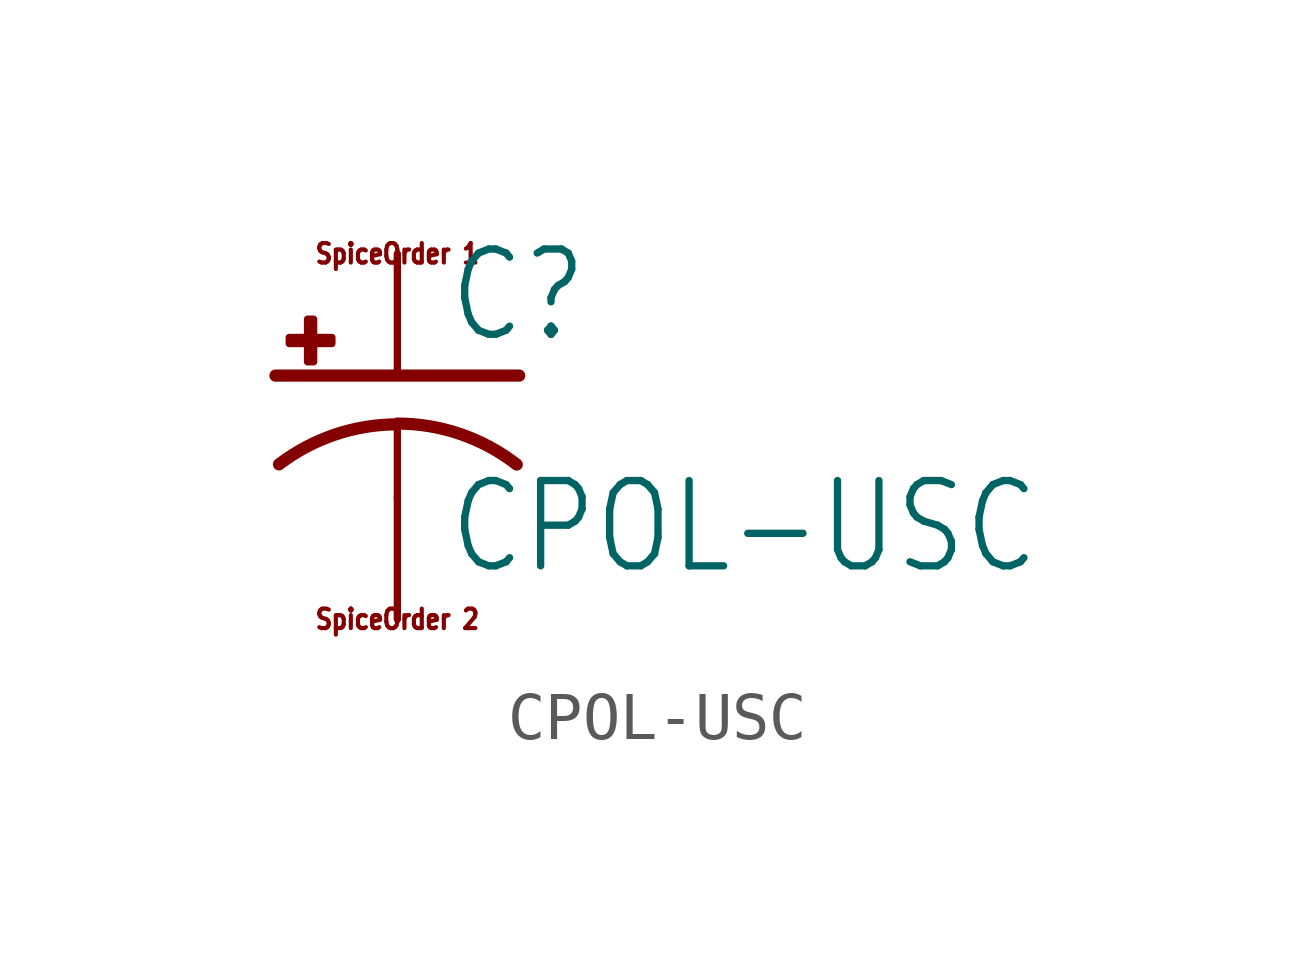
<source format=kicad_sym>
(kicad_symbol_lib
  (version 20211014)
  (generator kicad_symbol_editor)
  (symbol "CPOL-USC"
    (property "Reference" "C"
      (at 1.016 0.635 0)
      (effects (font (size 1.778 1.511)) (justify left bottom)))
    (property "Value" "CPOL-USC"
      (at 1.016 -4.191 0)
      (effects (font (size 1.778 1.511)) (justify left bottom)))
    (property "ki_locked" ""
      (at 0 0 0)
      (effects (font (size 1.27 1.27))))
    (symbol "CPOL-USC_1_0"
      (rectangle (start -2.253 0.668) (end -1.364 0.795) (stroke (width 0) (type default) (color 0 0 0 0)) (fill (type outline)))
      (rectangle (start -1.872 0.287) (end -1.745 1.176) (stroke (width 0) (type default) (color 0 0 0 0)) (fill (type outline)))
      (arc (start 0 -1.0161) (mid -1.3021 -1.2302) (end -2.4669 -1.8504) (stroke (width 0.254) (type default) (color 0 0 0 0)) (fill (type none)))
      (polyline (pts (xy -2.54 0) (xy 2.54 0)) (stroke (width 0.254) (type default) (color 0 0 0 0)) (fill (type none)))
      (polyline (pts (xy 0 -1.016) (xy 0 -2.54)) (stroke (width 0.152) (type default) (color 0 0 0 0)) (fill (type none)))
      (arc (start 2.4892 -1.8542) (mid 1.3158 -1.2195) (end 0 -1) (stroke (width 0.254) (type default) (color 0 0 0 0)) (fill (type none)))
      (text "SpiceOrder 1" (at 0 2.54 0) (effects (font (size 0.406 0.345))))
      (text "SpiceOrder 2" (at 0 -5.08 0) (effects (font (size 0.406 0.345))))
      (pin passive line (at 0 2.54 270) (length 2.54) (name "+" (effects (font (size 0 0)))) (number "+" (effects (font (size 0 0)))))
      (pin passive line (at 0 -5.08 90) (length 2.54) (name "-" (effects (font (size 0 0)))) (number "-" (effects (font (size 0 0))))))))
</source>
